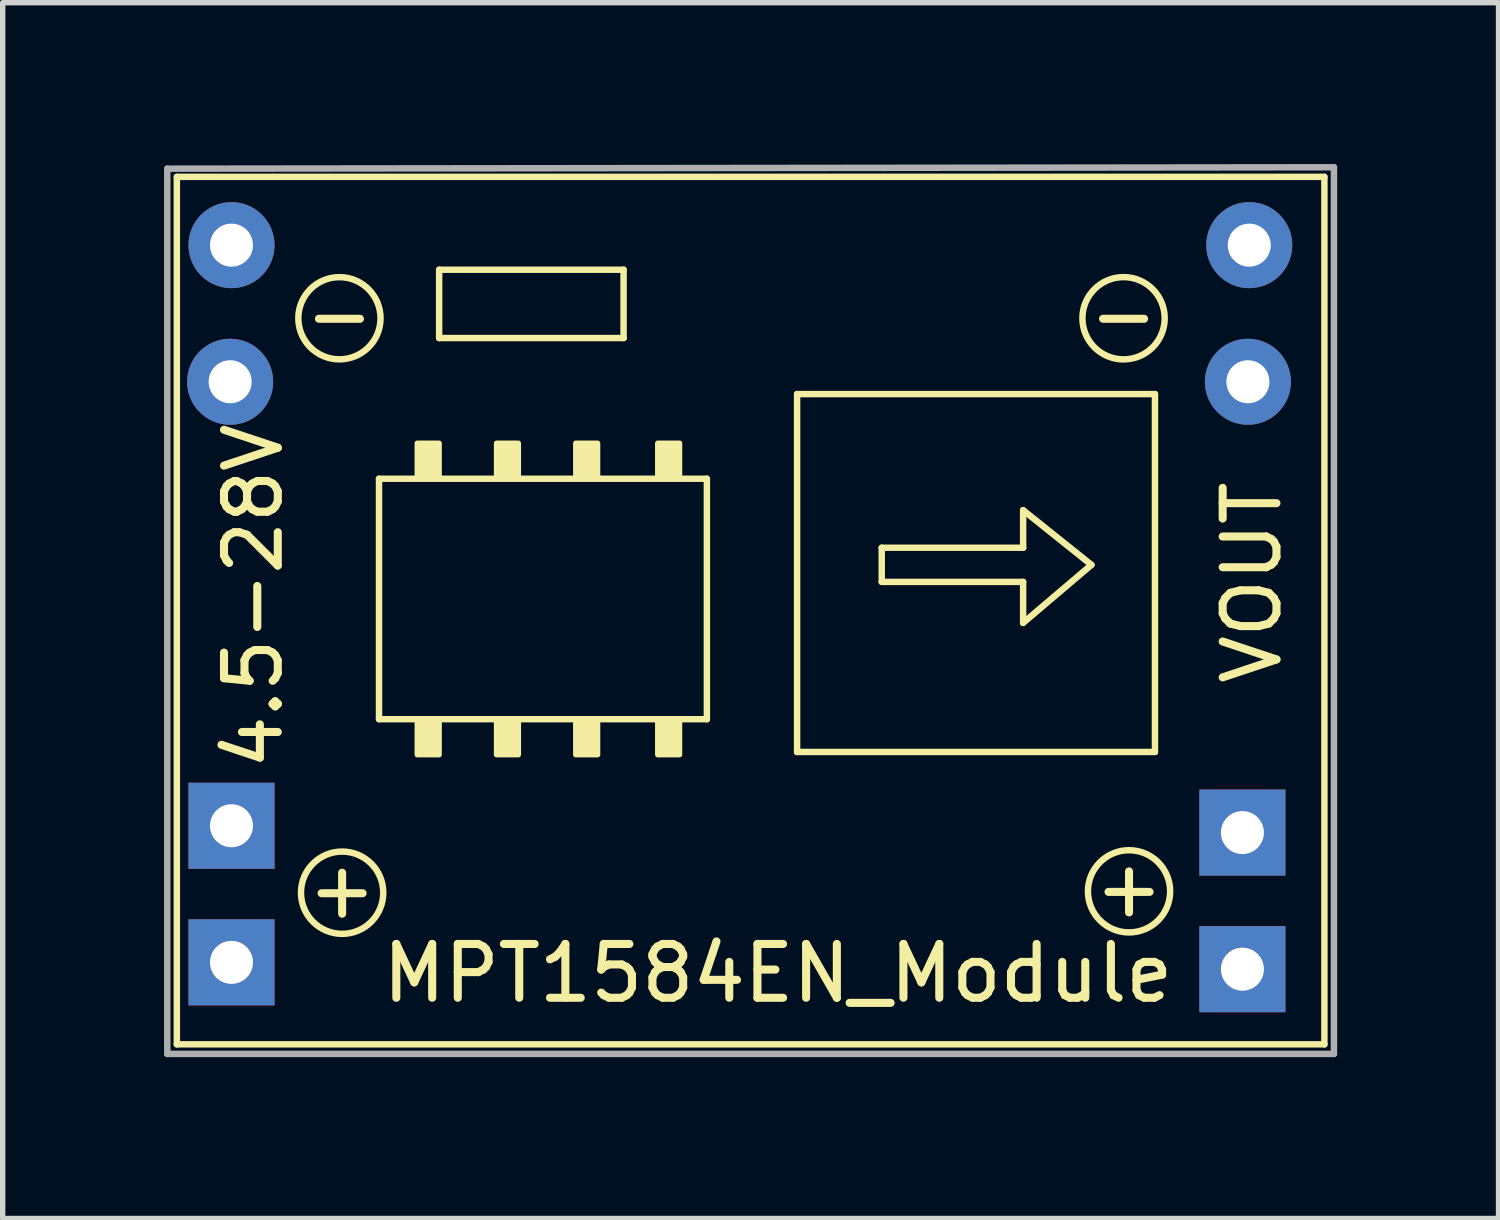
<source format=kicad_pcb>
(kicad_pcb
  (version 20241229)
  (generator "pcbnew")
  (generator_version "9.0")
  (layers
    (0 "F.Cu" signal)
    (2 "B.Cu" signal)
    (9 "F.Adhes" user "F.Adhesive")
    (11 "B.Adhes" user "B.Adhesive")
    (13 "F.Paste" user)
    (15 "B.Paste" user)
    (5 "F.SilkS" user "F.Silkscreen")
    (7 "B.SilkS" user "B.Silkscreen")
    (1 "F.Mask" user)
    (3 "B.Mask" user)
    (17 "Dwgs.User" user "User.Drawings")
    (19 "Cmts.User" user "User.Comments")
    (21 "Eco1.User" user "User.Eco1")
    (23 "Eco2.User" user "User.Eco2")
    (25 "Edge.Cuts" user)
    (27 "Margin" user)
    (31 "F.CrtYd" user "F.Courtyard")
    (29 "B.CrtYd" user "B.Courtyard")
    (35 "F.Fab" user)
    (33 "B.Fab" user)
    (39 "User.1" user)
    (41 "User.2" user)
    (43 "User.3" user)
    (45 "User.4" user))
  (footprint "MPT1584EN_Module"
    (layer "F.Cu")
    (at 11.414 7.731)
    (property "Reference" "MPT1584EN_Module" (at 0 7.315 180) (layer "F.SilkS") (effects (font (size 1 1) (thickness 0.15))))
    (attr through_hole)
    (fp_line (start -11.176 -7.493) (end -11.176 8.636) (stroke (width 0.12) (type solid)) (layer "F.SilkS"))
    (fp_line (start -11.176 8.636) (end 10.16 8.636) (stroke (width 0.12) (type solid)) (layer "F.SilkS"))
    (fp_line (start -7.417 -1.88) (end -1.321 -1.88) (stroke (width 0.12) (type solid)) (layer "F.SilkS"))
    (fp_line (start -7.417 2.591) (end -7.417 -1.88) (stroke (width 0.12) (type solid)) (layer "F.SilkS"))
    (fp_line (start -6.299 -5.766) (end -2.87 -5.766) (stroke (width 0.12) (type solid)) (layer "F.SilkS"))
    (fp_line (start -6.299 -4.496) (end -6.299 -5.766) (stroke (width 0.12) (type solid)) (layer "F.SilkS"))
    (fp_line (start -2.87 -5.766) (end -2.87 -4.496) (stroke (width 0.12) (type solid)) (layer "F.SilkS"))
    (fp_line (start -2.87 -4.496) (end -6.299 -4.496) (stroke (width 0.12) (type solid)) (layer "F.SilkS"))
    (fp_line (start -1.321 2.591) (end -7.417 2.591) (stroke (width 0.12) (type solid)) (layer "F.SilkS"))
    (fp_line (start -1.321 2.591) (end -1.321 -1.88) (stroke (width 0.12) (type solid)) (layer "F.SilkS"))
    (fp_line (start 0.356 -3.454) (end 0.356 3.2) (stroke (width 0.12) (type solid)) (layer "F.SilkS"))
    (fp_line (start 0.356 -3.454) (end 7.01 -3.454) (stroke (width 0.12) (type solid)) (layer "F.SilkS"))
    (fp_line (start 1.93 -0.597) (end 4.559 -0.597) (stroke (width 0.12) (type solid)) (layer "F.SilkS"))
    (fp_line (start 1.93 0.038) (end 1.93 -0.597) (stroke (width 0.12) (type solid)) (layer "F.SilkS"))
    (fp_line (start 1.93 0.038) (end 4.559 0.038) (stroke (width 0.12) (type solid)) (layer "F.SilkS"))
    (fp_line (start 4.559 -1.295) (end 5.829 -0.279) (stroke (width 0.12) (type solid)) (layer "F.SilkS"))
    (fp_line (start 4.559 -0.597) (end 4.559 -1.295) (stroke (width 0.12) (type solid)) (layer "F.SilkS"))
    (fp_line (start 4.559 0.8) (end 4.559 0.038) (stroke (width 0.12) (type solid)) (layer "F.SilkS"))
    (fp_line (start 5.829 -0.279) (end 4.559 0.8) (stroke (width 0.12) (type solid)) (layer "F.SilkS"))
    (fp_line (start 7.01 -3.454) (end 7.01 3.2) (stroke (width 0.12) (type solid)) (layer "F.SilkS"))
    (fp_line (start 7.01 3.2) (end 0.356 3.2) (stroke (width 0.12) (type solid)) (layer "F.SilkS"))
    (fp_line (start 10.16 -7.493) (end -11.176 -7.493) (stroke (width 0.12) (type solid)) (layer "F.SilkS"))
    (fp_line (start 10.16 8.636) (end 10.16 -7.493) (stroke (width 0.12) (type solid)) (layer "F.SilkS"))
    (fp_circle (center -8.153 -4.864) (end -7.582 -4.356) (stroke (width 0.12) (type solid)) (fill no) (layer "F.SilkS"))
    (fp_circle (center -8.103 5.817) (end -7.531 6.325) (stroke (width 0.12) (type solid)) (fill no) (layer "F.SilkS"))
    (fp_circle (center 6.426 -4.864) (end 6.998 -4.356) (stroke (width 0.12) (type solid)) (fill no) (layer "F.SilkS"))
    (fp_circle (center 6.528 5.791) (end 7.099 6.299) (stroke (width 0.12) (type solid)) (fill no) (layer "F.SilkS"))
    (fp_poly (pts (xy -6.706 -2.54) (xy -6.299 -2.54) (xy -6.299 -1.93) (xy -6.706 -1.93)) (stroke (width 0.1) (type solid)) (fill yes) (layer "F.SilkS"))
    (fp_poly (pts (xy -6.706 2.642) (xy -6.299 2.642) (xy -6.299 3.251) (xy -6.706 3.251)) (stroke (width 0.1) (type solid)) (fill yes) (layer "F.SilkS"))
    (fp_poly (pts (xy -5.232 -2.54) (xy -4.826 -2.54) (xy -4.826 -1.93) (xy -5.232 -1.93)) (stroke (width 0.1) (type solid)) (fill yes) (layer "F.SilkS"))
    (fp_poly (pts (xy -5.232 2.642) (xy -4.826 2.642) (xy -4.826 3.251) (xy -5.232 3.251)) (stroke (width 0.1) (type solid)) (fill yes) (layer "F.SilkS"))
    (fp_poly (pts (xy -3.759 -2.54) (xy -3.353 -2.54) (xy -3.353 -1.93) (xy -3.759 -1.93)) (stroke (width 0.1) (type solid)) (fill yes) (layer "F.SilkS"))
    (fp_poly (pts (xy -3.759 2.642) (xy -3.353 2.642) (xy -3.353 3.251) (xy -3.759 3.251)) (stroke (width 0.1) (type solid)) (fill yes) (layer "F.SilkS"))
    (fp_poly (pts (xy -2.235 -2.54) (xy -1.829 -2.54) (xy -1.829 -1.93) (xy -2.235 -1.93)) (stroke (width 0.1) (type solid)) (fill yes) (layer "F.SilkS"))
    (fp_poly (pts (xy -2.235 2.642) (xy -1.829 2.642) (xy -1.829 3.251) (xy -2.235 3.251)) (stroke (width 0.1) (type solid)) (fill yes) (layer "F.SilkS"))
    (fp_line (start -11.354 -7.645) (end -11.354 8.814) (stroke (width 0.12) (type solid)) (layer "F.Fab"))
    (fp_line (start -11.354 -7.645) (end 10.338 -7.671) (stroke (width 0.12) (type solid)) (layer "F.Fab"))
    (fp_line (start -11.354 8.814) (end 10.338 8.814) (stroke (width 0.12) (type solid)) (layer "F.Fab"))
    (fp_line (start 10.338 -7.671) (end 10.338 8.814) (stroke (width 0.12) (type solid)) (layer "F.Fab"))
    (fp_text user "4.5-28V" (at -9.754 0.305 270) (layer "F.SilkS") (effects (font (size 1 1) (thickness 0.15))))
    (fp_text user "-" (at 6.426 -4.928 0) (layer "F.SilkS") (effects (font (size 1 1) (thickness 0.15))))
    (fp_text user "+" (at -8.103 5.753 0) (layer "F.SilkS") (effects (font (size 1 1) (thickness 0.15))))
    (fp_text user "+" (at 6.528 5.728 0) (layer "F.SilkS") (effects (font (size 1 1) (thickness 0.15))))
    (fp_text user "-" (at -8.153 -4.928 0) (layer "F.SilkS") (effects (font (size 1 1) (thickness 0.15))))
    (fp_text user "VOUT" (at 8.814 0.051 270) (layer "F.SilkS") (effects (font (size 1 1) (thickness 0.15))))
    (pad "1" thru_hole rect (at -10.16 7.112 90) (size 1.6 1.6) (drill 0.8) (layers "*.Cu" "B.Mask"))
    (pad "2" thru_hole rect (at -10.16 4.572 90) (size 1.6 1.6) (drill 0.8) (layers "*.Cu" "B.Mask"))
    (pad "3" thru_hole oval (at -10.185 -3.683 90) (size 1.6 1.6) (drill 0.8) (layers "*.Cu" "B.Mask"))
    (pad "4" thru_hole oval (at -10.16 -6.223 90) (size 1.6 1.6) (drill 0.8) (layers "*.Cu" "B.Mask"))
    (pad "5" thru_hole rect (at 8.636 7.239 90) (size 1.6 1.6) (drill 0.8) (layers "*.Cu" "B.Mask"))
    (pad "6" thru_hole rect (at 8.636 4.699 90) (size 1.6 1.6) (drill 0.8) (layers "*.Cu" "B.Mask"))
    (pad "7" thru_hole oval (at 8.738 -3.683 90) (size 1.6 1.6) (drill 0.8) (layers "*.Cu" "B.Mask"))
    (pad "8" thru_hole oval (at 8.763 -6.223 90) (size 1.6 1.6) (drill 0.8) (layers "*.Cu" "B.Mask")))
  (gr_rect
    (start -3 -3)
    (end 24.812 19.605)
    (stroke (width 0.1) (type default))
    (fill no)
    (layer "Edge.Cuts")))
</source>
